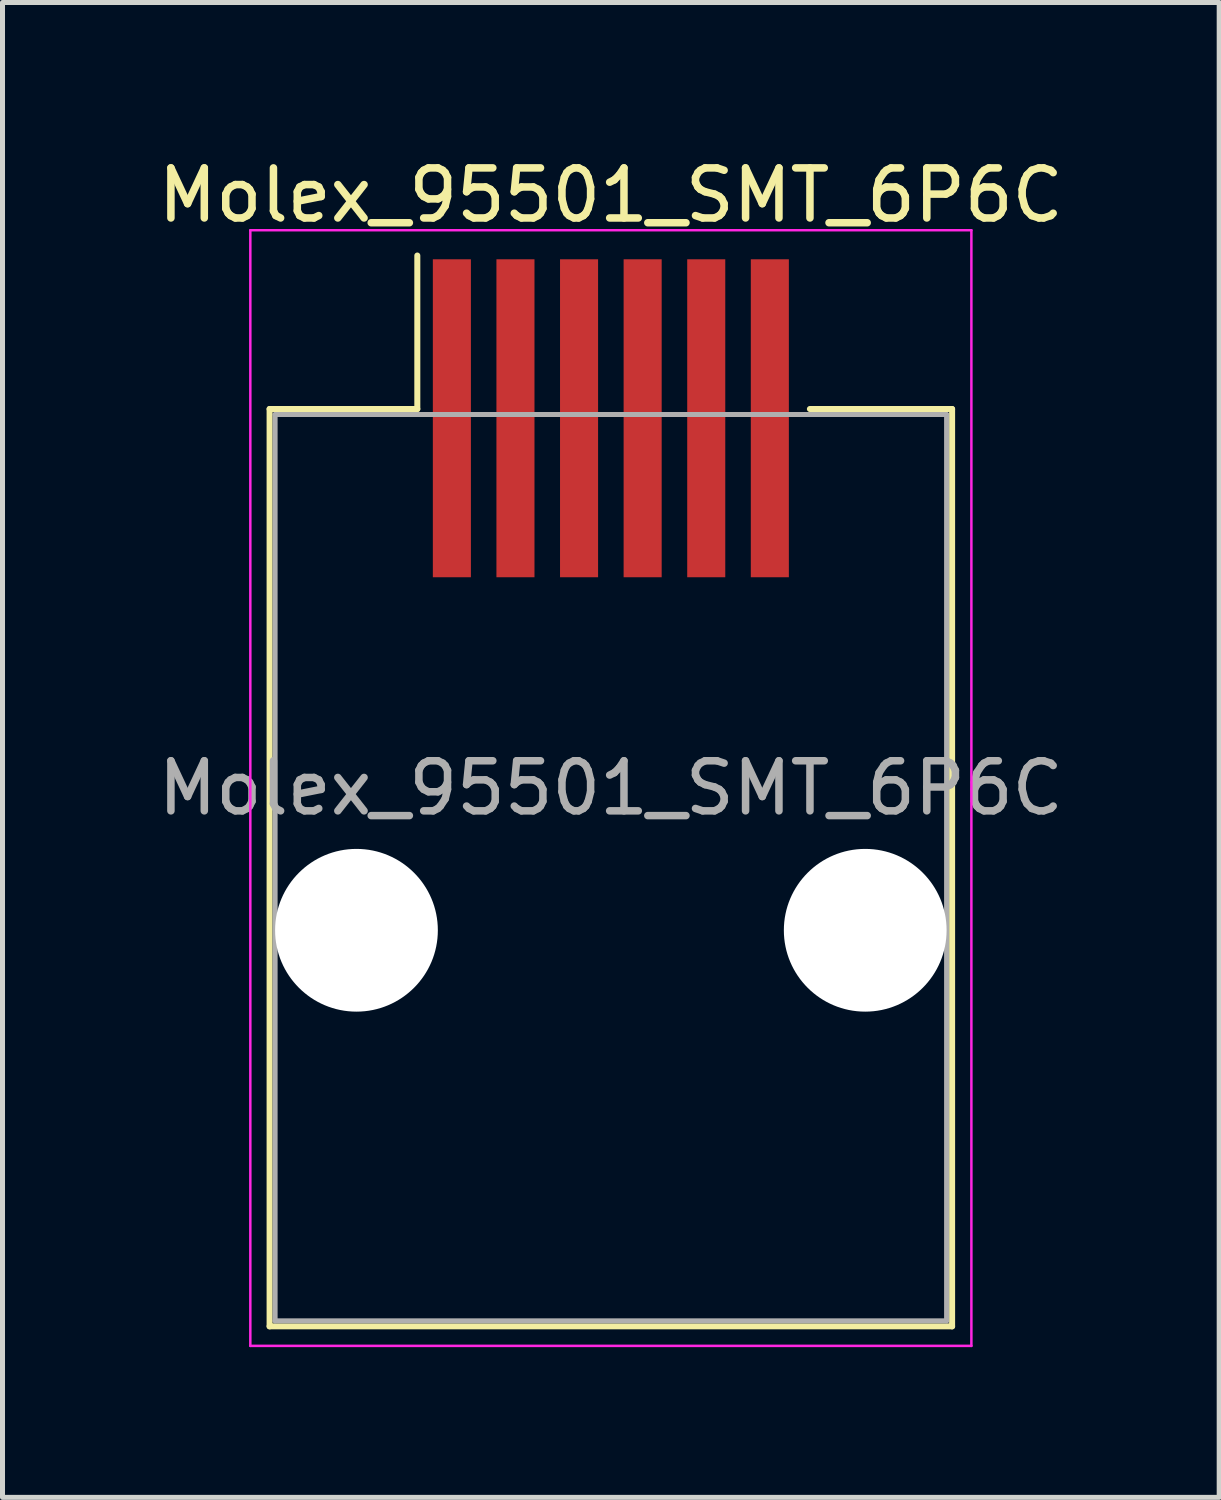
<source format=kicad_pcb>
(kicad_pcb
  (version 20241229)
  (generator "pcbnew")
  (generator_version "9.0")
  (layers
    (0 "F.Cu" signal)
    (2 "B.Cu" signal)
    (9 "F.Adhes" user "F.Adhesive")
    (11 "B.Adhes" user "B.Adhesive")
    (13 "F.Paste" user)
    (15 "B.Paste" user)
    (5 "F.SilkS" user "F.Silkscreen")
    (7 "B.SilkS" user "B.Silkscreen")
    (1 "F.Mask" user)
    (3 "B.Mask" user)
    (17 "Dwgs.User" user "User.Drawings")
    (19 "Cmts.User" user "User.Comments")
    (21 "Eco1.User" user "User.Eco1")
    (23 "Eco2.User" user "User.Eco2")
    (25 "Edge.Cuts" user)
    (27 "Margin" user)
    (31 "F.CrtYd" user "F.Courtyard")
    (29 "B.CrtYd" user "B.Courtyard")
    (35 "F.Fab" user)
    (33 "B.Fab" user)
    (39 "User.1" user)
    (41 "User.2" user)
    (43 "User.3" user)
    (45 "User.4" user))
  (footprint "Molex_95501_SMT_6P6C"
    (layer "F.Cu")
    (at 9.149 15.528)
    (property "Reference" "Molex_95501_SMT_6P6C" (at 0 -14.68 0) (layer "F.SilkS") (effects (font (size 1 1) (thickness 0.15))))
    (attr smd)
    (fp_line (start -6.815 -10.41) (end -6.815 7.91) (stroke (width 0.12) (type solid)) (layer "F.SilkS"))
    (fp_line (start -6.815 7.91) (end 6.815 7.91) (stroke (width 0.12) (type solid)) (layer "F.SilkS"))
    (fp_line (start -3.865 -13.475) (end -3.865 -10.41) (stroke (width 0.12) (type solid)) (layer "F.SilkS"))
    (fp_line (start -3.865 -10.41) (end -6.815 -10.41) (stroke (width 0.12) (type solid)) (layer "F.SilkS"))
    (fp_line (start 6.815 -10.41) (end 3.975 -10.41) (stroke (width 0.12) (type solid)) (layer "F.SilkS"))
    (fp_line (start 6.815 7.91) (end 6.815 -10.41) (stroke (width 0.12) (type solid)) (layer "F.SilkS"))
    (fp_line (start -7.2 -13.98) (end -7.2 8.3) (stroke (width 0.05) (type solid)) (layer "F.CrtYd"))
    (fp_line (start -7.2 8.3) (end 7.2 8.3) (stroke (width 0.05) (type solid)) (layer "F.CrtYd"))
    (fp_line (start 7.2 -13.98) (end -7.2 -13.98) (stroke (width 0.05) (type solid)) (layer "F.CrtYd"))
    (fp_line (start 7.2 8.3) (end 7.2 -13.98) (stroke (width 0.05) (type solid)) (layer "F.CrtYd"))
    (fp_line (start -6.705 -10.3) (end -6.705 7.8) (stroke (width 0.1) (type solid)) (layer "F.Fab"))
    (fp_line (start -6.705 7.8) (end 6.705 7.8) (stroke (width 0.1) (type solid)) (layer "F.Fab"))
    (fp_line (start 6.705 -10.3) (end -6.705 -10.3) (stroke (width 0.1) (type solid)) (layer "F.Fab"))
    (fp_line (start 6.705 7.8) (end 6.705 -10.3) (stroke (width 0.1) (type solid)) (layer "F.Fab"))
    (fp_text user "${REFERENCE}" (at 0 -2.84 0) (layer "F.Fab") (effects (font (size 1 1) (thickness 0.15))))
    (pad "" np_thru_hole circle (at -5.08 0) (size 3.25 3.25) (drill 3.25) (layers "*.Cu" "*.Mask"))
    (pad "" np_thru_hole circle (at 5.08 0) (size 3.25 3.25) (drill 3.25) (layers "*.Cu" "*.Mask"))
    (pad "1" smd rect (at -3.175 -10.225) (size 0.76 6.35) (layers "F.Cu" "F.Mask" "F.Paste"))
    (pad "2" smd rect (at -1.905 -10.225) (size 0.76 6.35) (layers "F.Cu" "F.Mask" "F.Paste"))
    (pad "3" smd rect (at -0.635 -10.225) (size 0.76 6.35) (layers "F.Cu" "F.Mask" "F.Paste"))
    (pad "4" smd rect (at 0.635 -10.225) (size 0.76 6.35) (layers "F.Cu" "F.Mask" "F.Paste"))
    (pad "5" smd rect (at 1.905 -10.225) (size 0.76 6.35) (layers "F.Cu" "F.Mask" "F.Paste"))
    (pad "6" smd rect (at 3.175 -10.225) (size 0.76 6.35) (layers "F.Cu" "F.Mask" "F.Paste")))
  (gr_rect
    (start -3 -3)
    (end 21.298 26.853)
    (stroke (width 0.1) (type default))
    (fill no)
    (layer "Edge.Cuts")))
</source>
